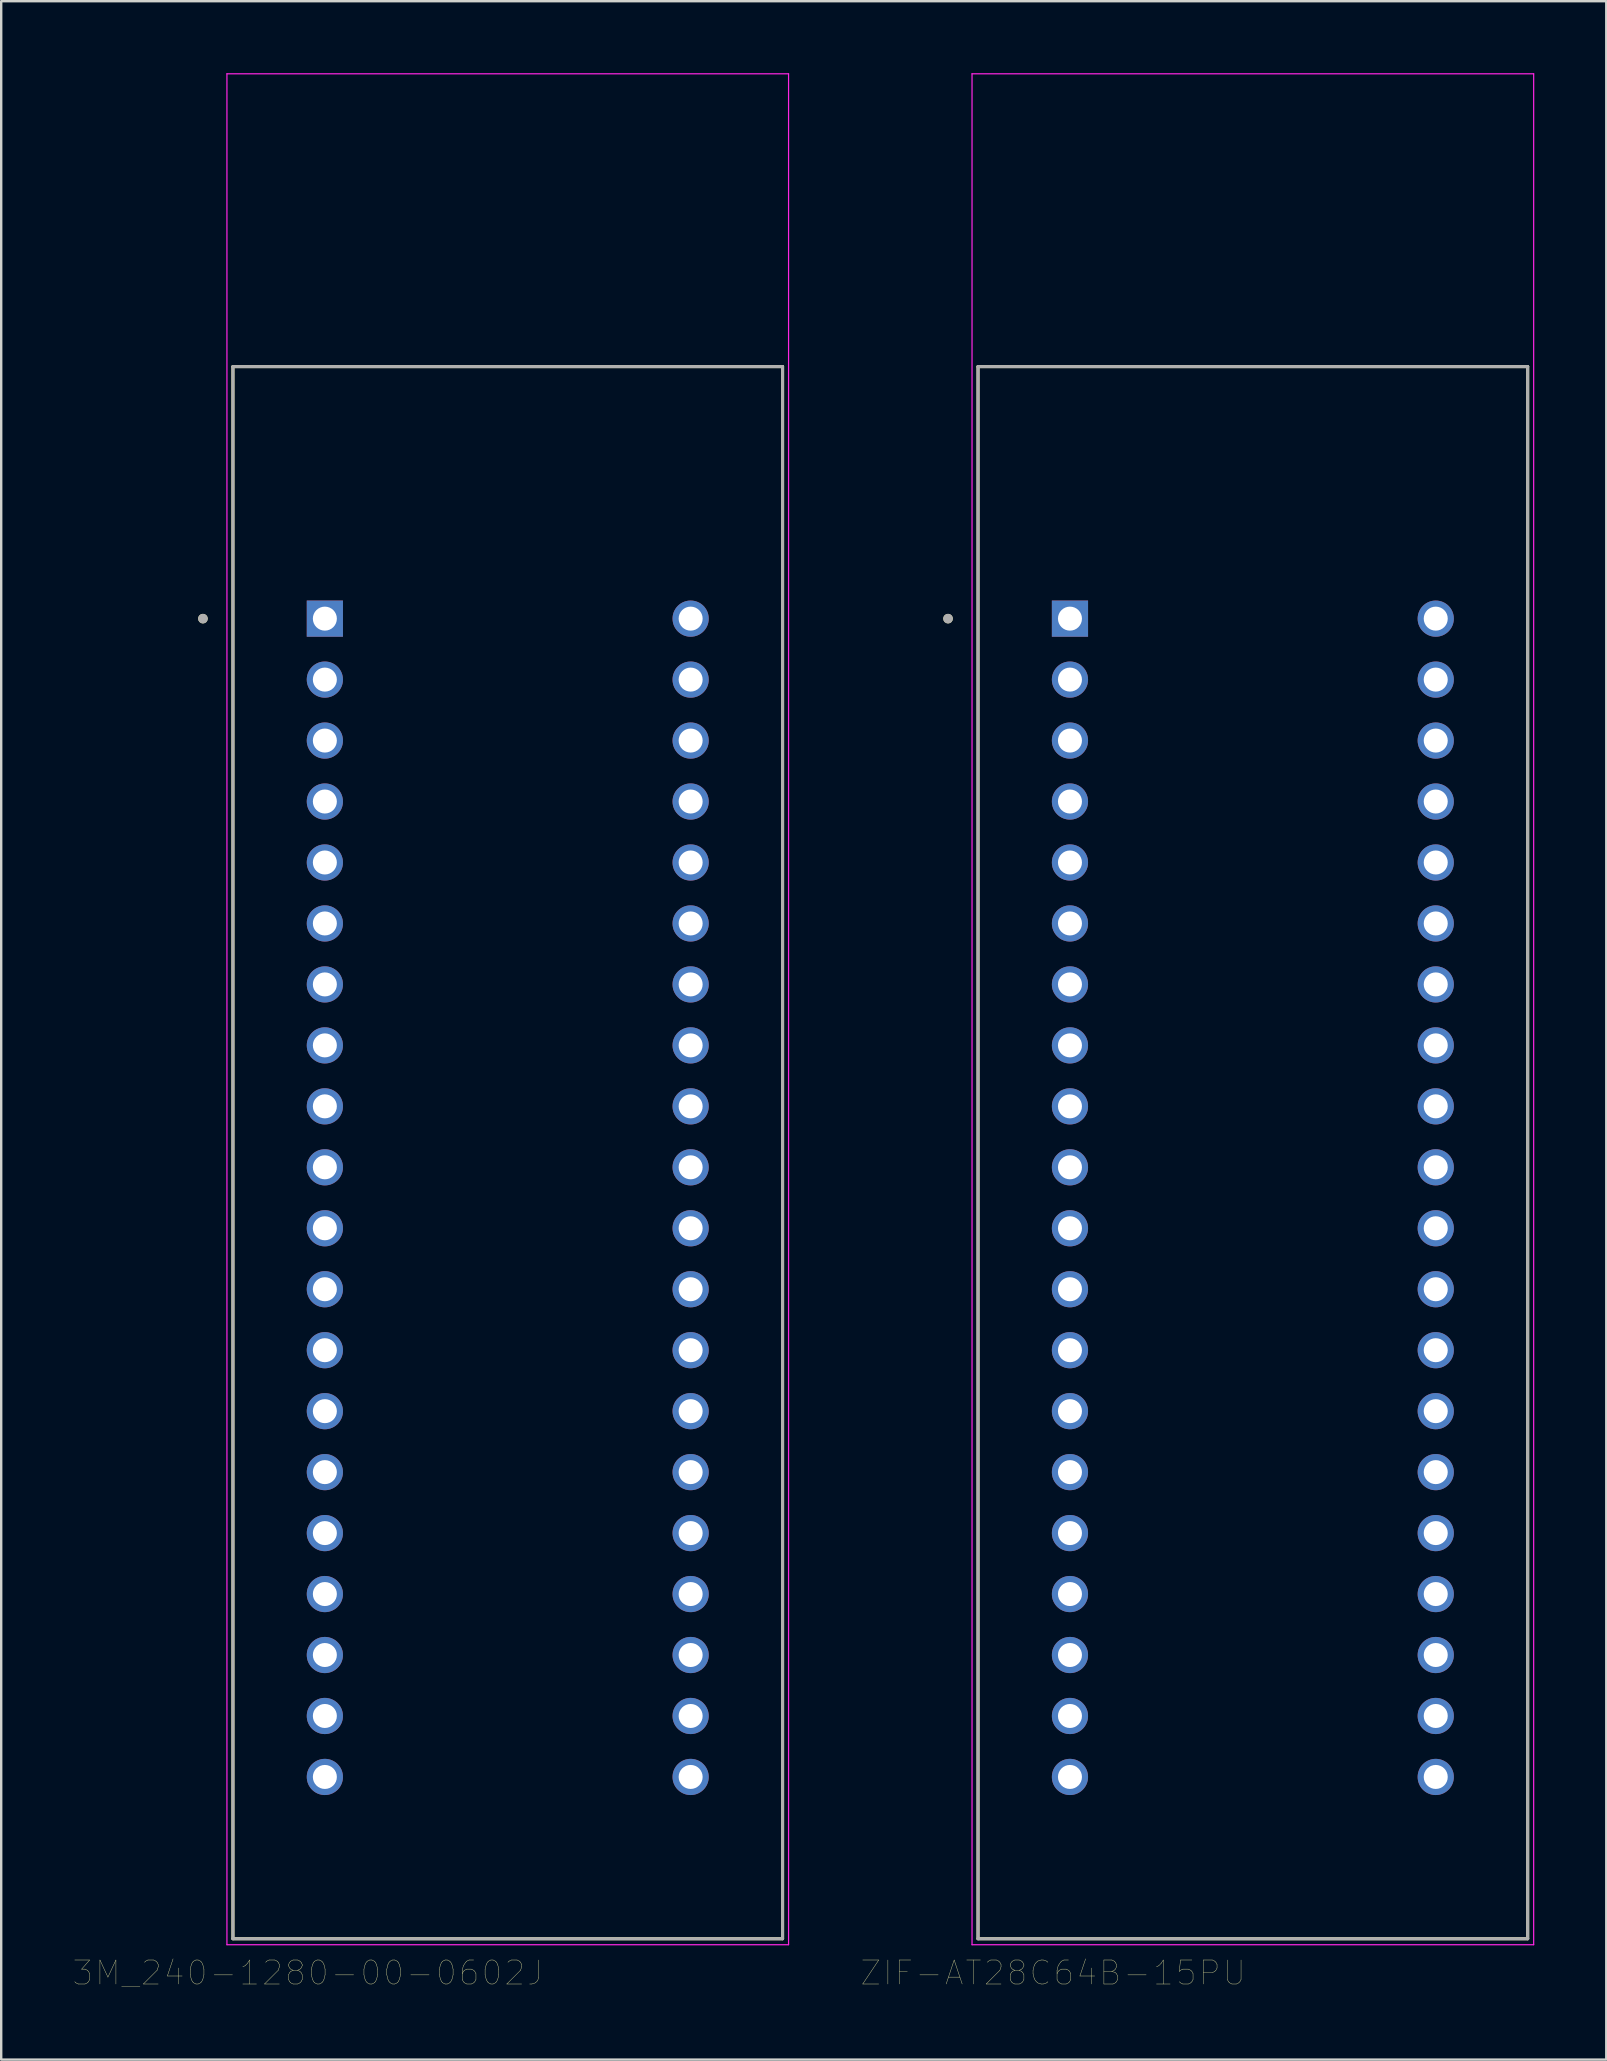
<source format=kicad_pcb>
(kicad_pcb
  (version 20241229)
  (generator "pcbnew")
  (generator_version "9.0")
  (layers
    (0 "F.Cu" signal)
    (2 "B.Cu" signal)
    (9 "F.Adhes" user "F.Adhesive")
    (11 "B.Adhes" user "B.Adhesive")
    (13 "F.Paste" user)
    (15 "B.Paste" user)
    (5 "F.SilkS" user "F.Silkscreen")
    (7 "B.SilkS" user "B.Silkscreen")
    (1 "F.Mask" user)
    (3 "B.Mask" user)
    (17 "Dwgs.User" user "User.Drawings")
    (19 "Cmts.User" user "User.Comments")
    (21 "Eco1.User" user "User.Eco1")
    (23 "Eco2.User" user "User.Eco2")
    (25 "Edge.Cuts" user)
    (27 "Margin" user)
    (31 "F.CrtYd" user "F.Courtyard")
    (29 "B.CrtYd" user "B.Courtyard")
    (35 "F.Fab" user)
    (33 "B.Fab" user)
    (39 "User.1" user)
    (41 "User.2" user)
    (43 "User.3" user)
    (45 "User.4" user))
  (footprint "ZIF-AT28C64B-15PU"
    (layer "F.Cu")
    (at 49.149 46.855)
    (property "Reference" "ZIF-AT28C64B-15PU" (at -8.325 32.295 0) (layer "F.SilkS") (effects (font (size 1 1) (thickness 0.015))))
    (attr through_hole)
    (fp_line (start -11.45 -34.63) (end -11.45 30.87) (stroke (width 0.127) (type solid)) (layer "F.SilkS"))
    (fp_line (start -11.45 30.87) (end 11.45 30.87) (stroke (width 0.127) (type solid)) (layer "F.SilkS"))
    (fp_line (start 11.45 -34.63) (end -11.45 -34.63) (stroke (width 0.127) (type solid)) (layer "F.SilkS"))
    (fp_line (start 11.45 30.87) (end 11.45 -34.63) (stroke (width 0.127) (type solid)) (layer "F.SilkS"))
    (fp_circle (center -12.7 -24.13) (end -12.6 -24.13) (stroke (width 0.2) (type solid)) (fill no) (layer "F.SilkS"))
    (fp_line (start -11.7 -46.83) (end 11.7 -46.83) (stroke (width 0.05) (type solid)) (layer "F.CrtYd"))
    (fp_line (start -11.7 31.12) (end -11.7 -46.83) (stroke (width 0.05) (type solid)) (layer "F.CrtYd"))
    (fp_line (start 11.7 -46.83) (end 11.7 31.12) (stroke (width 0.05) (type solid)) (layer "F.CrtYd"))
    (fp_line (start 11.7 31.12) (end -11.7 31.12) (stroke (width 0.05) (type solid)) (layer "F.CrtYd"))
    (fp_line (start -11.45 -34.63) (end -11.45 30.87) (stroke (width 0.127) (type solid)) (layer "F.Fab"))
    (fp_line (start -11.45 30.87) (end 11.45 30.87) (stroke (width 0.127) (type solid)) (layer "F.Fab"))
    (fp_line (start 11.45 -34.63) (end -11.45 -34.63) (stroke (width 0.127) (type solid)) (layer "F.Fab"))
    (fp_line (start 11.45 30.87) (end 11.45 -34.63) (stroke (width 0.127) (type solid)) (layer "F.Fab"))
    (fp_circle (center -12.7 -24.13) (end -12.6 -24.13) (stroke (width 0.2) (type solid)) (fill no) (layer "F.Fab"))
    (pad "1" thru_hole rect (at -7.62 -24.13) (size 1.508 1.508) (drill 1) (layers "*.Cu" "*.Mask"))
    (pad "2" thru_hole circle (at -7.62 -21.59) (size 1.508 1.508) (drill 1) (layers "*.Cu" "*.Mask"))
    (pad "3" thru_hole circle (at -7.62 -19.05) (size 1.508 1.508) (drill 1) (layers "*.Cu" "*.Mask"))
    (pad "4" thru_hole circle (at -7.62 -16.51) (size 1.508 1.508) (drill 1) (layers "*.Cu" "*.Mask"))
    (pad "5" thru_hole circle (at -7.62 -13.97) (size 1.508 1.508) (drill 1) (layers "*.Cu" "*.Mask"))
    (pad "6" thru_hole circle (at -7.62 -11.43) (size 1.508 1.508) (drill 1) (layers "*.Cu" "*.Mask"))
    (pad "7" thru_hole circle (at -7.62 -8.89) (size 1.508 1.508) (drill 1) (layers "*.Cu" "*.Mask"))
    (pad "8" thru_hole circle (at -7.62 -6.35) (size 1.508 1.508) (drill 1) (layers "*.Cu" "*.Mask"))
    (pad "9" thru_hole circle (at -7.62 -3.81) (size 1.508 1.508) (drill 1) (layers "*.Cu" "*.Mask"))
    (pad "10" thru_hole circle (at -7.62 -1.27) (size 1.508 1.508) (drill 1) (layers "*.Cu" "*.Mask"))
    (pad "11" thru_hole circle (at -7.62 1.27) (size 1.508 1.508) (drill 1) (layers "*.Cu" "*.Mask"))
    (pad "12" thru_hole circle (at -7.62 3.81) (size 1.508 1.508) (drill 1) (layers "*.Cu" "*.Mask"))
    (pad "13" thru_hole circle (at -7.62 6.35) (size 1.508 1.508) (drill 1) (layers "*.Cu" "*.Mask"))
    (pad "14" thru_hole circle (at -7.62 8.89) (size 1.508 1.508) (drill 1) (layers "*.Cu" "*.Mask"))
    (pad "15" thru_hole circle (at 7.62 8.89) (size 1.508 1.508) (drill 1) (layers "*.Cu" "*.Mask"))
    (pad "16" thru_hole circle (at 7.62 6.35) (size 1.508 1.508) (drill 1) (layers "*.Cu" "*.Mask"))
    (pad "17" thru_hole circle (at 7.62 3.81) (size 1.508 1.508) (drill 1) (layers "*.Cu" "*.Mask"))
    (pad "18" thru_hole circle (at 7.62 1.27) (size 1.508 1.508) (drill 1) (layers "*.Cu" "*.Mask"))
    (pad "19" thru_hole circle (at 7.62 -1.27) (size 1.508 1.508) (drill 1) (layers "*.Cu" "*.Mask"))
    (pad "20" thru_hole circle (at 7.62 -3.81) (size 1.508 1.508) (drill 1) (layers "*.Cu" "*.Mask"))
    (pad "21" thru_hole circle (at 7.62 -6.35) (size 1.508 1.508) (drill 1) (layers "*.Cu" "*.Mask"))
    (pad "22" thru_hole circle (at 7.62 -8.89) (size 1.508 1.508) (drill 1) (layers "*.Cu" "*.Mask"))
    (pad "23" thru_hole circle (at 7.62 -11.43) (size 1.508 1.508) (drill 1) (layers "*.Cu" "*.Mask"))
    (pad "24" thru_hole circle (at 7.62 -13.97) (size 1.508 1.508) (drill 1) (layers "*.Cu" "*.Mask"))
    (pad "25" thru_hole circle (at 7.62 -16.51) (size 1.508 1.508) (drill 1) (layers "*.Cu" "*.Mask"))
    (pad "26" thru_hole circle (at 7.62 -19.05) (size 1.508 1.508) (drill 1) (layers "*.Cu" "*.Mask"))
    (pad "27" thru_hole circle (at 7.62 -21.59) (size 1.508 1.508) (drill 1) (layers "*.Cu" "*.Mask"))
    (pad "28" thru_hole circle (at 7.62 -24.13) (size 1.508 1.508) (drill 1) (layers "*.Cu" "*.Mask"))
    (pad "30" thru_hole circle (at -7.62 11.43) (size 1.508 1.508) (drill 1) (layers "*.Cu" "*.Mask"))
    (pad "30" thru_hole circle (at -7.62 13.97) (size 1.508 1.508) (drill 1) (layers "*.Cu" "*.Mask"))
    (pad "30" thru_hole circle (at -7.62 16.51) (size 1.508 1.508) (drill 1) (layers "*.Cu" "*.Mask"))
    (pad "30" thru_hole circle (at -7.62 19.05) (size 1.508 1.508) (drill 1) (layers "*.Cu" "*.Mask"))
    (pad "30" thru_hole circle (at -7.62 21.59) (size 1.508 1.508) (drill 1) (layers "*.Cu" "*.Mask"))
    (pad "30" thru_hole circle (at -7.62 24.13) (size 1.508 1.508) (drill 1) (layers "*.Cu" "*.Mask"))
    (pad "40" thru_hole circle (at 7.62 11.43) (size 1.508 1.508) (drill 1) (layers "*.Cu" "*.Mask"))
    (pad "40" thru_hole circle (at 7.62 13.97) (size 1.508 1.508) (drill 1) (layers "*.Cu" "*.Mask"))
    (pad "40" thru_hole circle (at 7.62 16.51) (size 1.508 1.508) (drill 1) (layers "*.Cu" "*.Mask"))
    (pad "40" thru_hole circle (at 7.62 19.05) (size 1.508 1.508) (drill 1) (layers "*.Cu" "*.Mask"))
    (pad "40" thru_hole circle (at 7.62 21.59) (size 1.508 1.508) (drill 1) (layers "*.Cu" "*.Mask"))
    (pad "40" thru_hole circle (at 7.62 24.13) (size 1.508 1.508) (drill 1) (layers "*.Cu" "*.Mask")))
  (footprint "3M_240-1280-00-0602J"
    (layer "F.Cu")
    (at 18.105 46.855)
    (property "Reference" "3M_240-1280-00-0602J" (at -8.325 32.295 0) (layer "F.SilkS") (effects (font (size 1 1) (thickness 0.015))))
    (attr through_hole)
    (fp_line (start -11.45 -34.63) (end -11.45 30.87) (stroke (width 0.127) (type solid)) (layer "F.SilkS"))
    (fp_line (start -11.45 30.87) (end 11.45 30.87) (stroke (width 0.127) (type solid)) (layer "F.SilkS"))
    (fp_line (start 11.45 -34.63) (end -11.45 -34.63) (stroke (width 0.127) (type solid)) (layer "F.SilkS"))
    (fp_line (start 11.45 30.87) (end 11.45 -34.63) (stroke (width 0.127) (type solid)) (layer "F.SilkS"))
    (fp_circle (center -12.7 -24.13) (end -12.6 -24.13) (stroke (width 0.2) (type solid)) (fill no) (layer "F.SilkS"))
    (fp_line (start -11.7 -46.83) (end 11.7 -46.83) (stroke (width 0.05) (type solid)) (layer "F.CrtYd"))
    (fp_line (start -11.7 31.12) (end -11.7 -46.83) (stroke (width 0.05) (type solid)) (layer "F.CrtYd"))
    (fp_line (start 11.7 -46.83) (end 11.7 31.12) (stroke (width 0.05) (type solid)) (layer "F.CrtYd"))
    (fp_line (start 11.7 31.12) (end -11.7 31.12) (stroke (width 0.05) (type solid)) (layer "F.CrtYd"))
    (fp_line (start -11.45 -34.63) (end -11.45 30.87) (stroke (width 0.127) (type solid)) (layer "F.Fab"))
    (fp_line (start -11.45 30.87) (end 11.45 30.87) (stroke (width 0.127) (type solid)) (layer "F.Fab"))
    (fp_line (start 11.45 -34.63) (end -11.45 -34.63) (stroke (width 0.127) (type solid)) (layer "F.Fab"))
    (fp_line (start 11.45 30.87) (end 11.45 -34.63) (stroke (width 0.127) (type solid)) (layer "F.Fab"))
    (fp_circle (center -12.7 -24.13) (end -12.6 -24.13) (stroke (width 0.2) (type solid)) (fill no) (layer "F.Fab"))
    (pad "1" thru_hole rect (at -7.62 -24.13) (size 1.508 1.508) (drill 1) (layers "*.Cu" "*.Mask"))
    (pad "2" thru_hole circle (at -7.62 -21.59) (size 1.508 1.508) (drill 1) (layers "*.Cu" "*.Mask"))
    (pad "3" thru_hole circle (at -7.62 -19.05) (size 1.508 1.508) (drill 1) (layers "*.Cu" "*.Mask"))
    (pad "4" thru_hole circle (at -7.62 -16.51) (size 1.508 1.508) (drill 1) (layers "*.Cu" "*.Mask"))
    (pad "5" thru_hole circle (at -7.62 -13.97) (size 1.508 1.508) (drill 1) (layers "*.Cu" "*.Mask"))
    (pad "6" thru_hole circle (at -7.62 -11.43) (size 1.508 1.508) (drill 1) (layers "*.Cu" "*.Mask"))
    (pad "7" thru_hole circle (at -7.62 -8.89) (size 1.508 1.508) (drill 1) (layers "*.Cu" "*.Mask"))
    (pad "8" thru_hole circle (at -7.62 -6.35) (size 1.508 1.508) (drill 1) (layers "*.Cu" "*.Mask"))
    (pad "9" thru_hole circle (at -7.62 -3.81) (size 1.508 1.508) (drill 1) (layers "*.Cu" "*.Mask"))
    (pad "10" thru_hole circle (at -7.62 -1.27) (size 1.508 1.508) (drill 1) (layers "*.Cu" "*.Mask"))
    (pad "11" thru_hole circle (at -7.62 1.27) (size 1.508 1.508) (drill 1) (layers "*.Cu" "*.Mask"))
    (pad "12" thru_hole circle (at -7.62 3.81) (size 1.508 1.508) (drill 1) (layers "*.Cu" "*.Mask"))
    (pad "13" thru_hole circle (at -7.62 6.35) (size 1.508 1.508) (drill 1) (layers "*.Cu" "*.Mask"))
    (pad "14" thru_hole circle (at -7.62 8.89) (size 1.508 1.508) (drill 1) (layers "*.Cu" "*.Mask"))
    (pad "15" thru_hole circle (at -7.62 11.43) (size 1.508 1.508) (drill 1) (layers "*.Cu" "*.Mask"))
    (pad "16" thru_hole circle (at -7.62 13.97) (size 1.508 1.508) (drill 1) (layers "*.Cu" "*.Mask"))
    (pad "17" thru_hole circle (at -7.62 16.51) (size 1.508 1.508) (drill 1) (layers "*.Cu" "*.Mask"))
    (pad "18" thru_hole circle (at -7.62 19.05) (size 1.508 1.508) (drill 1) (layers "*.Cu" "*.Mask"))
    (pad "19" thru_hole circle (at -7.62 21.59) (size 1.508 1.508) (drill 1) (layers "*.Cu" "*.Mask"))
    (pad "20" thru_hole circle (at -7.62 24.13) (size 1.508 1.508) (drill 1) (layers "*.Cu" "*.Mask"))
    (pad "21" thru_hole circle (at 7.62 24.13) (size 1.508 1.508) (drill 1) (layers "*.Cu" "*.Mask"))
    (pad "22" thru_hole circle (at 7.62 21.59) (size 1.508 1.508) (drill 1) (layers "*.Cu" "*.Mask"))
    (pad "23" thru_hole circle (at 7.62 19.05) (size 1.508 1.508) (drill 1) (layers "*.Cu" "*.Mask"))
    (pad "24" thru_hole circle (at 7.62 16.51) (size 1.508 1.508) (drill 1) (layers "*.Cu" "*.Mask"))
    (pad "25" thru_hole circle (at 7.62 13.97) (size 1.508 1.508) (drill 1) (layers "*.Cu" "*.Mask"))
    (pad "26" thru_hole circle (at 7.62 11.43) (size 1.508 1.508) (drill 1) (layers "*.Cu" "*.Mask"))
    (pad "27" thru_hole circle (at 7.62 8.89) (size 1.508 1.508) (drill 1) (layers "*.Cu" "*.Mask"))
    (pad "28" thru_hole circle (at 7.62 6.35) (size 1.508 1.508) (drill 1) (layers "*.Cu" "*.Mask"))
    (pad "29" thru_hole circle (at 7.62 3.81) (size 1.508 1.508) (drill 1) (layers "*.Cu" "*.Mask"))
    (pad "30" thru_hole circle (at 7.62 1.27) (size 1.508 1.508) (drill 1) (layers "*.Cu" "*.Mask"))
    (pad "31" thru_hole circle (at 7.62 -1.27) (size 1.508 1.508) (drill 1) (layers "*.Cu" "*.Mask"))
    (pad "32" thru_hole circle (at 7.62 -3.81) (size 1.508 1.508) (drill 1) (layers "*.Cu" "*.Mask"))
    (pad "33" thru_hole circle (at 7.62 -6.35) (size 1.508 1.508) (drill 1) (layers "*.Cu" "*.Mask"))
    (pad "34" thru_hole circle (at 7.62 -8.89) (size 1.508 1.508) (drill 1) (layers "*.Cu" "*.Mask"))
    (pad "35" thru_hole circle (at 7.62 -11.43) (size 1.508 1.508) (drill 1) (layers "*.Cu" "*.Mask"))
    (pad "36" thru_hole circle (at 7.62 -13.97) (size 1.508 1.508) (drill 1) (layers "*.Cu" "*.Mask"))
    (pad "37" thru_hole circle (at 7.62 -16.51) (size 1.508 1.508) (drill 1) (layers "*.Cu" "*.Mask"))
    (pad "38" thru_hole circle (at 7.62 -19.05) (size 1.508 1.508) (drill 1) (layers "*.Cu" "*.Mask"))
    (pad "39" thru_hole circle (at 7.62 -21.59) (size 1.508 1.508) (drill 1) (layers "*.Cu" "*.Mask"))
    (pad "40" thru_hole circle (at 7.62 -24.13) (size 1.508 1.508) (drill 1) (layers "*.Cu" "*.Mask")))
  (gr_rect
    (start -3 -3)
    (end 63.874 82.761)
    (stroke (width 0.1) (type default))
    (fill no)
    (layer "Edge.Cuts")))
</source>
